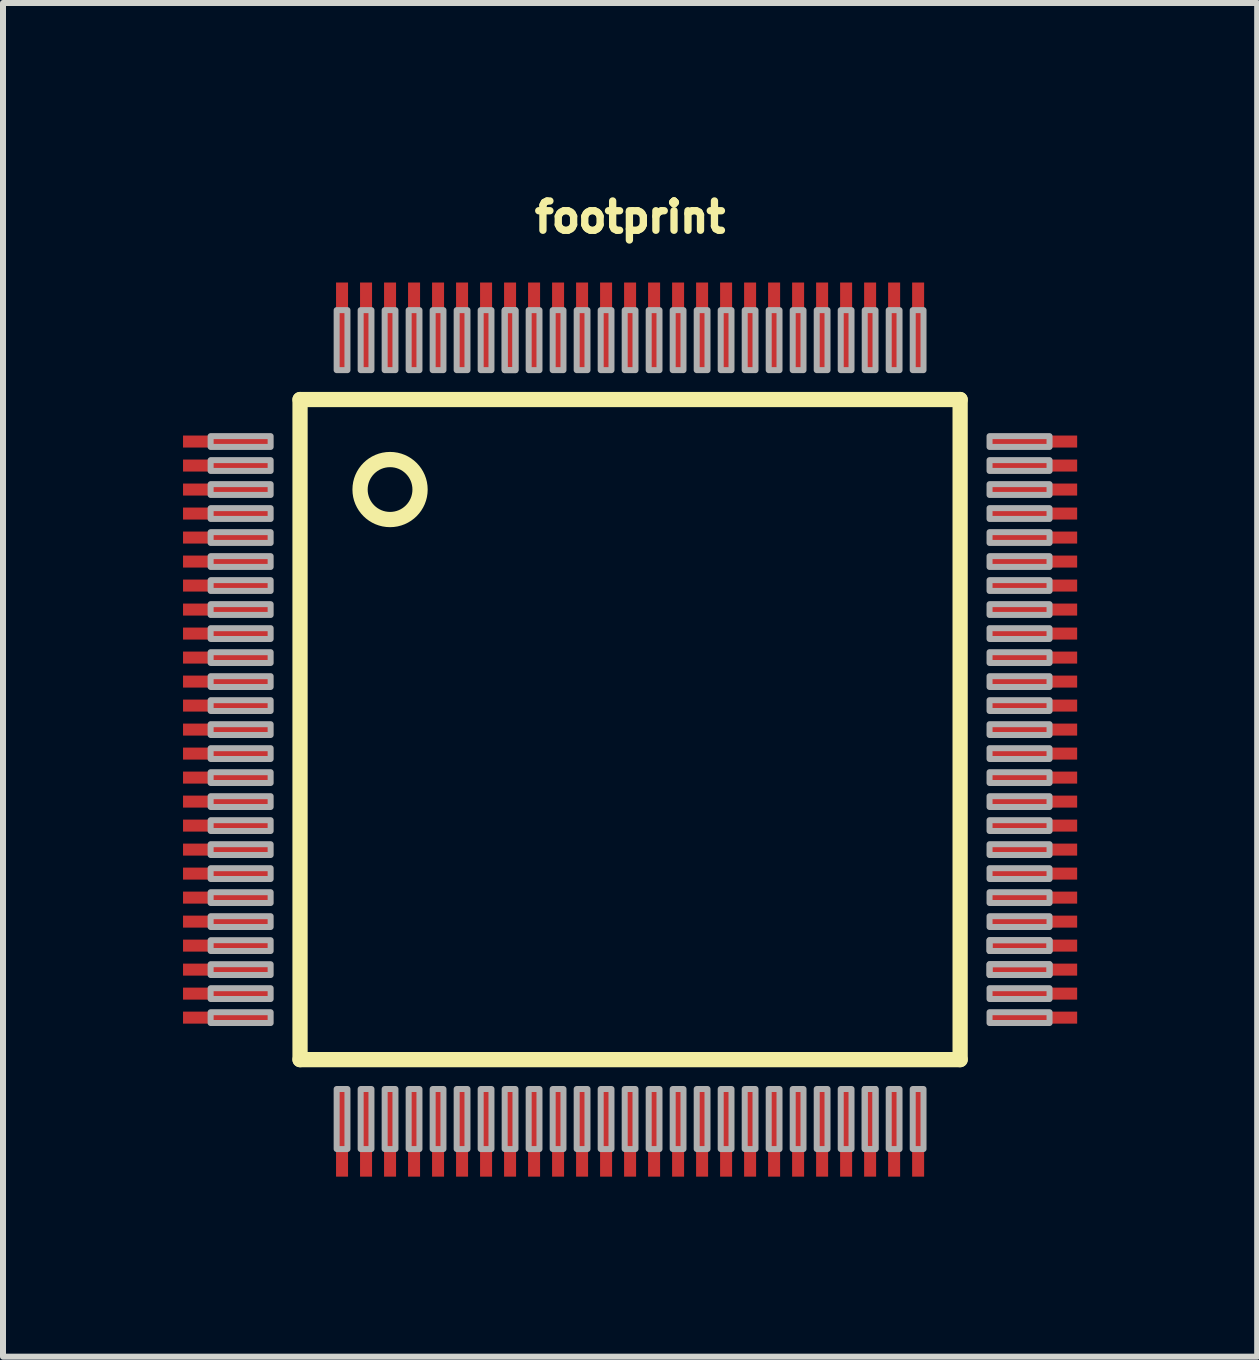
<source format=kicad_pcb>
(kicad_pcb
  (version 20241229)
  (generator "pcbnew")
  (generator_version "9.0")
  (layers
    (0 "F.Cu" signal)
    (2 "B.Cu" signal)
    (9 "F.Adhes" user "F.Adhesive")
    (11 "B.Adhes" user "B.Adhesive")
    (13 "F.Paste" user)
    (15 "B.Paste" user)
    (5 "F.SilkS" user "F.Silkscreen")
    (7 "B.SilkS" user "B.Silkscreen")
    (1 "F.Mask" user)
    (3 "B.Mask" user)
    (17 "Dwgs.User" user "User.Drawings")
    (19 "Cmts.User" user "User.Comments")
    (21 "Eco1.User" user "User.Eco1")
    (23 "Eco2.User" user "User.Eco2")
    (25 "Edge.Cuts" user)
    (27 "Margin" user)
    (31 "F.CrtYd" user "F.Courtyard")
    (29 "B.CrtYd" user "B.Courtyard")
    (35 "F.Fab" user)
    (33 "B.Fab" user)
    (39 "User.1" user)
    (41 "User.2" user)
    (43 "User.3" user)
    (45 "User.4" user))
  (footprint "footprint"
    (layer "F.Cu")
    (at 7.45 9.108)
    (property "Reference" "footprint" (at 0 -8.255 0) (layer "F.SilkS") (effects (font (size 0.488 0.488) (thickness 0.122)) (justify bottom)))
    (fp_line (start -5.5 -5.5) (end -5.5 5.5) (stroke (width 0.254) (type solid)) (layer "F.SilkS"))
    (fp_line (start -5.5 5.5) (end 5.5 5.5) (stroke (width 0.254) (type solid)) (layer "F.SilkS"))
    (fp_line (start 5.5 -5.5) (end -5.5 -5.5) (stroke (width 0.254) (type solid)) (layer "F.SilkS"))
    (fp_line (start 5.5 5.5) (end 5.5 -5.5) (stroke (width 0.254) (type solid)) (layer "F.SilkS"))
    (fp_circle (center -4 -4) (end -3.5 -4) (stroke (width 0.254) (type solid)) (fill no) (layer "F.SilkS"))
    (fp_poly (pts (xy -5.99 -4.71) (xy -5.99 -4.89) (xy -6.99 -4.89) (xy -6.99 -4.71)) (stroke (width 0.1) (type solid)) (fill no) (layer "F.Fab"))
    (fp_poly (pts (xy -5.99 -4.31) (xy -5.99 -4.49) (xy -6.99 -4.49) (xy -6.99 -4.31)) (stroke (width 0.1) (type solid)) (fill no) (layer "F.Fab"))
    (fp_poly (pts (xy -5.99 -3.91) (xy -5.99 -4.09) (xy -6.99 -4.09) (xy -6.99 -3.91)) (stroke (width 0.1) (type solid)) (fill no) (layer "F.Fab"))
    (fp_poly (pts (xy -5.99 -3.51) (xy -5.99 -3.69) (xy -6.99 -3.69) (xy -6.99 -3.51)) (stroke (width 0.1) (type solid)) (fill no) (layer "F.Fab"))
    (fp_poly (pts (xy -5.99 -3.11) (xy -5.99 -3.29) (xy -6.99 -3.29) (xy -6.99 -3.11)) (stroke (width 0.1) (type solid)) (fill no) (layer "F.Fab"))
    (fp_poly (pts (xy -5.99 -2.71) (xy -5.99 -2.89) (xy -6.99 -2.89) (xy -6.99 -2.71)) (stroke (width 0.1) (type solid)) (fill no) (layer "F.Fab"))
    (fp_poly (pts (xy -5.99 -2.31) (xy -5.99 -2.49) (xy -6.99 -2.49) (xy -6.99 -2.31)) (stroke (width 0.1) (type solid)) (fill no) (layer "F.Fab"))
    (fp_poly (pts (xy -5.99 -1.91) (xy -5.99 -2.09) (xy -6.99 -2.09) (xy -6.99 -1.91)) (stroke (width 0.1) (type solid)) (fill no) (layer "F.Fab"))
    (fp_poly (pts (xy -5.99 -1.51) (xy -5.99 -1.69) (xy -6.99 -1.69) (xy -6.99 -1.51)) (stroke (width 0.1) (type solid)) (fill no) (layer "F.Fab"))
    (fp_poly (pts (xy -5.99 -1.11) (xy -5.99 -1.29) (xy -6.99 -1.29) (xy -6.99 -1.11)) (stroke (width 0.1) (type solid)) (fill no) (layer "F.Fab"))
    (fp_poly (pts (xy -5.99 -0.71) (xy -5.99 -0.89) (xy -6.99 -0.89) (xy -6.99 -0.71)) (stroke (width 0.1) (type solid)) (fill no) (layer "F.Fab"))
    (fp_poly (pts (xy -5.99 -0.31) (xy -5.99 -0.49) (xy -6.99 -0.49) (xy -6.99 -0.31)) (stroke (width 0.1) (type solid)) (fill no) (layer "F.Fab"))
    (fp_poly (pts (xy -5.99 0.09) (xy -5.99 -0.09) (xy -6.99 -0.09) (xy -6.99 0.09)) (stroke (width 0.1) (type solid)) (fill no) (layer "F.Fab"))
    (fp_poly (pts (xy -5.99 0.49) (xy -5.99 0.31) (xy -6.99 0.31) (xy -6.99 0.49)) (stroke (width 0.1) (type solid)) (fill no) (layer "F.Fab"))
    (fp_poly (pts (xy -5.99 0.89) (xy -5.99 0.71) (xy -6.99 0.71) (xy -6.99 0.89)) (stroke (width 0.1) (type solid)) (fill no) (layer "F.Fab"))
    (fp_poly (pts (xy -5.99 1.29) (xy -5.99 1.11) (xy -6.99 1.11) (xy -6.99 1.29)) (stroke (width 0.1) (type solid)) (fill no) (layer "F.Fab"))
    (fp_poly (pts (xy -5.99 1.69) (xy -5.99 1.51) (xy -6.99 1.51) (xy -6.99 1.69)) (stroke (width 0.1) (type solid)) (fill no) (layer "F.Fab"))
    (fp_poly (pts (xy -5.99 2.09) (xy -5.99 1.91) (xy -6.99 1.91) (xy -6.99 2.09)) (stroke (width 0.1) (type solid)) (fill no) (layer "F.Fab"))
    (fp_poly (pts (xy -5.99 2.49) (xy -5.99 2.31) (xy -6.99 2.31) (xy -6.99 2.49)) (stroke (width 0.1) (type solid)) (fill no) (layer "F.Fab"))
    (fp_poly (pts (xy -5.99 2.89) (xy -5.99 2.71) (xy -6.99 2.71) (xy -6.99 2.89)) (stroke (width 0.1) (type solid)) (fill no) (layer "F.Fab"))
    (fp_poly (pts (xy -5.99 3.29) (xy -5.99 3.11) (xy -6.99 3.11) (xy -6.99 3.29)) (stroke (width 0.1) (type solid)) (fill no) (layer "F.Fab"))
    (fp_poly (pts (xy -5.99 3.69) (xy -5.99 3.51) (xy -6.99 3.51) (xy -6.99 3.69)) (stroke (width 0.1) (type solid)) (fill no) (layer "F.Fab"))
    (fp_poly (pts (xy -5.99 4.09) (xy -5.99 3.91) (xy -6.99 3.91) (xy -6.99 4.09)) (stroke (width 0.1) (type solid)) (fill no) (layer "F.Fab"))
    (fp_poly (pts (xy -5.99 4.49) (xy -5.99 4.31) (xy -6.99 4.31) (xy -6.99 4.49)) (stroke (width 0.1) (type solid)) (fill no) (layer "F.Fab"))
    (fp_poly (pts (xy -5.99 4.89) (xy -5.99 4.71) (xy -6.99 4.71) (xy -6.99 4.89)) (stroke (width 0.1) (type solid)) (fill no) (layer "F.Fab"))
    (fp_poly (pts (xy -4.89 -5.99) (xy -4.71 -5.99) (xy -4.71 -6.99) (xy -4.89 -6.99)) (stroke (width 0.1) (type solid)) (fill no) (layer "F.Fab"))
    (fp_poly (pts (xy -4.71 5.99) (xy -4.89 5.99) (xy -4.89 6.99) (xy -4.71 6.99)) (stroke (width 0.1) (type solid)) (fill no) (layer "F.Fab"))
    (fp_poly (pts (xy -4.49 -5.99) (xy -4.31 -5.99) (xy -4.31 -6.99) (xy -4.49 -6.99)) (stroke (width 0.1) (type solid)) (fill no) (layer "F.Fab"))
    (fp_poly (pts (xy -4.31 5.99) (xy -4.49 5.99) (xy -4.49 6.99) (xy -4.31 6.99)) (stroke (width 0.1) (type solid)) (fill no) (layer "F.Fab"))
    (fp_poly (pts (xy -4.09 -5.99) (xy -3.91 -5.99) (xy -3.91 -6.99) (xy -4.09 -6.99)) (stroke (width 0.1) (type solid)) (fill no) (layer "F.Fab"))
    (fp_poly (pts (xy -3.91 5.99) (xy -4.09 5.99) (xy -4.09 6.99) (xy -3.91 6.99)) (stroke (width 0.1) (type solid)) (fill no) (layer "F.Fab"))
    (fp_poly (pts (xy -3.69 -5.99) (xy -3.51 -5.99) (xy -3.51 -6.99) (xy -3.69 -6.99)) (stroke (width 0.1) (type solid)) (fill no) (layer "F.Fab"))
    (fp_poly (pts (xy -3.51 5.99) (xy -3.69 5.99) (xy -3.69 6.99) (xy -3.51 6.99)) (stroke (width 0.1) (type solid)) (fill no) (layer "F.Fab"))
    (fp_poly (pts (xy -3.29 -5.99) (xy -3.11 -5.99) (xy -3.11 -6.99) (xy -3.29 -6.99)) (stroke (width 0.1) (type solid)) (fill no) (layer "F.Fab"))
    (fp_poly (pts (xy -3.11 5.99) (xy -3.29 5.99) (xy -3.29 6.99) (xy -3.11 6.99)) (stroke (width 0.1) (type solid)) (fill no) (layer "F.Fab"))
    (fp_poly (pts (xy -2.89 -5.99) (xy -2.71 -5.99) (xy -2.71 -6.99) (xy -2.89 -6.99)) (stroke (width 0.1) (type solid)) (fill no) (layer "F.Fab"))
    (fp_poly (pts (xy -2.71 5.99) (xy -2.89 5.99) (xy -2.89 6.99) (xy -2.71 6.99)) (stroke (width 0.1) (type solid)) (fill no) (layer "F.Fab"))
    (fp_poly (pts (xy -2.49 -5.99) (xy -2.31 -5.99) (xy -2.31 -6.99) (xy -2.49 -6.99)) (stroke (width 0.1) (type solid)) (fill no) (layer "F.Fab"))
    (fp_poly (pts (xy -2.31 5.99) (xy -2.49 5.99) (xy -2.49 6.99) (xy -2.31 6.99)) (stroke (width 0.1) (type solid)) (fill no) (layer "F.Fab"))
    (fp_poly (pts (xy -2.09 -5.99) (xy -1.91 -5.99) (xy -1.91 -6.99) (xy -2.09 -6.99)) (stroke (width 0.1) (type solid)) (fill no) (layer "F.Fab"))
    (fp_poly (pts (xy -2.09 -5.99) (xy -1.91 -5.99) (xy -1.91 -6.99) (xy -2.09 -6.99)) (stroke (width 0.1) (type solid)) (fill no) (layer "F.Fab"))
    (fp_poly (pts (xy -1.91 5.99) (xy -2.09 5.99) (xy -2.09 6.99) (xy -1.91 6.99)) (stroke (width 0.1) (type solid)) (fill no) (layer "F.Fab"))
    (fp_poly (pts (xy -1.69 -5.99) (xy -1.51 -5.99) (xy -1.51 -6.99) (xy -1.69 -6.99)) (stroke (width 0.1) (type solid)) (fill no) (layer "F.Fab"))
    (fp_poly (pts (xy -1.51 5.99) (xy -1.69 5.99) (xy -1.69 6.99) (xy -1.51 6.99)) (stroke (width 0.1) (type solid)) (fill no) (layer "F.Fab"))
    (fp_poly (pts (xy -1.29 -5.99) (xy -1.11 -5.99) (xy -1.11 -6.99) (xy -1.29 -6.99)) (stroke (width 0.1) (type solid)) (fill no) (layer "F.Fab"))
    (fp_poly (pts (xy -1.11 5.99) (xy -1.29 5.99) (xy -1.29 6.99) (xy -1.11 6.99)) (stroke (width 0.1) (type solid)) (fill no) (layer "F.Fab"))
    (fp_poly (pts (xy -0.89 -5.99) (xy -0.71 -5.99) (xy -0.71 -6.99) (xy -0.89 -6.99)) (stroke (width 0.1) (type solid)) (fill no) (layer "F.Fab"))
    (fp_poly (pts (xy -0.71 5.99) (xy -0.89 5.99) (xy -0.89 6.99) (xy -0.71 6.99)) (stroke (width 0.1) (type solid)) (fill no) (layer "F.Fab"))
    (fp_poly (pts (xy -0.49 -5.99) (xy -0.31 -5.99) (xy -0.31 -6.99) (xy -0.49 -6.99)) (stroke (width 0.1) (type solid)) (fill no) (layer "F.Fab"))
    (fp_poly (pts (xy -0.31 5.99) (xy -0.49 5.99) (xy -0.49 6.99) (xy -0.31 6.99)) (stroke (width 0.1) (type solid)) (fill no) (layer "F.Fab"))
    (fp_poly (pts (xy -0.09 -5.99) (xy 0.09 -5.99) (xy 0.09 -6.99) (xy -0.09 -6.99)) (stroke (width 0.1) (type solid)) (fill no) (layer "F.Fab"))
    (fp_poly (pts (xy 0.09 5.99) (xy -0.09 5.99) (xy -0.09 6.99) (xy 0.09 6.99)) (stroke (width 0.1) (type solid)) (fill no) (layer "F.Fab"))
    (fp_poly (pts (xy 0.31 -5.99) (xy 0.49 -5.99) (xy 0.49 -6.99) (xy 0.31 -6.99)) (stroke (width 0.1) (type solid)) (fill no) (layer "F.Fab"))
    (fp_poly (pts (xy 0.49 5.99) (xy 0.31 5.99) (xy 0.31 6.99) (xy 0.49 6.99)) (stroke (width 0.1) (type solid)) (fill no) (layer "F.Fab"))
    (fp_poly (pts (xy 0.71 -5.99) (xy 0.89 -5.99) (xy 0.89 -6.99) (xy 0.71 -6.99)) (stroke (width 0.1) (type solid)) (fill no) (layer "F.Fab"))
    (fp_poly (pts (xy 0.89 5.99) (xy 0.71 5.99) (xy 0.71 6.99) (xy 0.89 6.99)) (stroke (width 0.1) (type solid)) (fill no) (layer "F.Fab"))
    (fp_poly (pts (xy 1.11 -5.99) (xy 1.29 -5.99) (xy 1.29 -6.99) (xy 1.11 -6.99)) (stroke (width 0.1) (type solid)) (fill no) (layer "F.Fab"))
    (fp_poly (pts (xy 1.29 5.99) (xy 1.11 5.99) (xy 1.11 6.99) (xy 1.29 6.99)) (stroke (width 0.1) (type solid)) (fill no) (layer "F.Fab"))
    (fp_poly (pts (xy 1.51 -5.99) (xy 1.69 -5.99) (xy 1.69 -6.99) (xy 1.51 -6.99)) (stroke (width 0.1) (type solid)) (fill no) (layer "F.Fab"))
    (fp_poly (pts (xy 1.69 5.99) (xy 1.51 5.99) (xy 1.51 6.99) (xy 1.69 6.99)) (stroke (width 0.1) (type solid)) (fill no) (layer "F.Fab"))
    (fp_poly (pts (xy 1.91 -5.99) (xy 2.09 -5.99) (xy 2.09 -6.99) (xy 1.91 -6.99)) (stroke (width 0.1) (type solid)) (fill no) (layer "F.Fab"))
    (fp_poly (pts (xy 2.09 5.99) (xy 1.91 5.99) (xy 1.91 6.99) (xy 2.09 6.99)) (stroke (width 0.1) (type solid)) (fill no) (layer "F.Fab"))
    (fp_poly (pts (xy 2.31 -5.99) (xy 2.49 -5.99) (xy 2.49 -6.99) (xy 2.31 -6.99)) (stroke (width 0.1) (type solid)) (fill no) (layer "F.Fab"))
    (fp_poly (pts (xy 2.49 5.99) (xy 2.31 5.99) (xy 2.31 6.99) (xy 2.49 6.99)) (stroke (width 0.1) (type solid)) (fill no) (layer "F.Fab"))
    (fp_poly (pts (xy 2.71 -5.99) (xy 2.89 -5.99) (xy 2.89 -6.99) (xy 2.71 -6.99)) (stroke (width 0.1) (type solid)) (fill no) (layer "F.Fab"))
    (fp_poly (pts (xy 2.89 5.99) (xy 2.71 5.99) (xy 2.71 6.99) (xy 2.89 6.99)) (stroke (width 0.1) (type solid)) (fill no) (layer "F.Fab"))
    (fp_poly (pts (xy 3.11 -5.99) (xy 3.29 -5.99) (xy 3.29 -6.99) (xy 3.11 -6.99)) (stroke (width 0.1) (type solid)) (fill no) (layer "F.Fab"))
    (fp_poly (pts (xy 3.29 5.99) (xy 3.11 5.99) (xy 3.11 6.99) (xy 3.29 6.99)) (stroke (width 0.1) (type solid)) (fill no) (layer "F.Fab"))
    (fp_poly (pts (xy 3.51 -5.99) (xy 3.69 -5.99) (xy 3.69 -6.99) (xy 3.51 -6.99)) (stroke (width 0.1) (type solid)) (fill no) (layer "F.Fab"))
    (fp_poly (pts (xy 3.69 5.99) (xy 3.51 5.99) (xy 3.51 6.99) (xy 3.69 6.99)) (stroke (width 0.1) (type solid)) (fill no) (layer "F.Fab"))
    (fp_poly (pts (xy 3.91 -5.99) (xy 4.09 -5.99) (xy 4.09 -6.99) (xy 3.91 -6.99)) (stroke (width 0.1) (type solid)) (fill no) (layer "F.Fab"))
    (fp_poly (pts (xy 4.09 5.99) (xy 3.91 5.99) (xy 3.91 6.99) (xy 4.09 6.99)) (stroke (width 0.1) (type solid)) (fill no) (layer "F.Fab"))
    (fp_poly (pts (xy 4.09 5.99) (xy 3.91 5.99) (xy 3.91 6.99) (xy 4.09 6.99)) (stroke (width 0.1) (type solid)) (fill no) (layer "F.Fab"))
    (fp_poly (pts (xy 4.31 -5.99) (xy 4.49 -5.99) (xy 4.49 -6.99) (xy 4.31 -6.99)) (stroke (width 0.1) (type solid)) (fill no) (layer "F.Fab"))
    (fp_poly (pts (xy 4.49 5.99) (xy 4.31 5.99) (xy 4.31 6.99) (xy 4.49 6.99)) (stroke (width 0.1) (type solid)) (fill no) (layer "F.Fab"))
    (fp_poly (pts (xy 4.71 -5.99) (xy 4.89 -5.99) (xy 4.89 -6.99) (xy 4.71 -6.99)) (stroke (width 0.1) (type solid)) (fill no) (layer "F.Fab"))
    (fp_poly (pts (xy 4.89 5.99) (xy 4.71 5.99) (xy 4.71 6.99) (xy 4.89 6.99)) (stroke (width 0.1) (type solid)) (fill no) (layer "F.Fab"))
    (fp_poly (pts (xy 5.99 -4.89) (xy 5.99 -4.71) (xy 6.99 -4.71) (xy 6.99 -4.89)) (stroke (width 0.1) (type solid)) (fill no) (layer "F.Fab"))
    (fp_poly (pts (xy 5.99 -4.49) (xy 5.99 -4.31) (xy 6.99 -4.31) (xy 6.99 -4.49)) (stroke (width 0.1) (type solid)) (fill no) (layer "F.Fab"))
    (fp_poly (pts (xy 5.99 -4.09) (xy 5.99 -3.91) (xy 6.99 -3.91) (xy 6.99 -4.09)) (stroke (width 0.1) (type solid)) (fill no) (layer "F.Fab"))
    (fp_poly (pts (xy 5.99 -3.69) (xy 5.99 -3.51) (xy 6.99 -3.51) (xy 6.99 -3.69)) (stroke (width 0.1) (type solid)) (fill no) (layer "F.Fab"))
    (fp_poly (pts (xy 5.99 -3.29) (xy 5.99 -3.11) (xy 6.99 -3.11) (xy 6.99 -3.29)) (stroke (width 0.1) (type solid)) (fill no) (layer "F.Fab"))
    (fp_poly (pts (xy 5.99 -2.89) (xy 5.99 -2.71) (xy 6.99 -2.71) (xy 6.99 -2.89)) (stroke (width 0.1) (type solid)) (fill no) (layer "F.Fab"))
    (fp_poly (pts (xy 5.99 -2.49) (xy 5.99 -2.31) (xy 6.99 -2.31) (xy 6.99 -2.49)) (stroke (width 0.1) (type solid)) (fill no) (layer "F.Fab"))
    (fp_poly (pts (xy 5.99 -2.09) (xy 5.99 -1.91) (xy 6.99 -1.91) (xy 6.99 -2.09)) (stroke (width 0.1) (type solid)) (fill no) (layer "F.Fab"))
    (fp_poly (pts (xy 5.99 -1.69) (xy 5.99 -1.51) (xy 6.99 -1.51) (xy 6.99 -1.69)) (stroke (width 0.1) (type solid)) (fill no) (layer "F.Fab"))
    (fp_poly (pts (xy 5.99 -1.29) (xy 5.99 -1.11) (xy 6.99 -1.11) (xy 6.99 -1.29)) (stroke (width 0.1) (type solid)) (fill no) (layer "F.Fab"))
    (fp_poly (pts (xy 5.99 -0.89) (xy 5.99 -0.71) (xy 6.99 -0.71) (xy 6.99 -0.89)) (stroke (width 0.1) (type solid)) (fill no) (layer "F.Fab"))
    (fp_poly (pts (xy 5.99 -0.49) (xy 5.99 -0.31) (xy 6.99 -0.31) (xy 6.99 -0.49)) (stroke (width 0.1) (type solid)) (fill no) (layer "F.Fab"))
    (fp_poly (pts (xy 5.99 -0.09) (xy 5.99 0.09) (xy 6.99 0.09) (xy 6.99 -0.09)) (stroke (width 0.1) (type solid)) (fill no) (layer "F.Fab"))
    (fp_poly (pts (xy 5.99 0.31) (xy 5.99 0.49) (xy 6.99 0.49) (xy 6.99 0.31)) (stroke (width 0.1) (type solid)) (fill no) (layer "F.Fab"))
    (fp_poly (pts (xy 5.99 0.71) (xy 5.99 0.89) (xy 6.99 0.89) (xy 6.99 0.71)) (stroke (width 0.1) (type solid)) (fill no) (layer "F.Fab"))
    (fp_poly (pts (xy 5.99 1.11) (xy 5.99 1.29) (xy 6.99 1.29) (xy 6.99 1.11)) (stroke (width 0.1) (type solid)) (fill no) (layer "F.Fab"))
    (fp_poly (pts (xy 5.99 1.51) (xy 5.99 1.69) (xy 6.99 1.69) (xy 6.99 1.51)) (stroke (width 0.1) (type solid)) (fill no) (layer "F.Fab"))
    (fp_poly (pts (xy 5.99 1.91) (xy 5.99 2.09) (xy 6.99 2.09) (xy 6.99 1.91)) (stroke (width 0.1) (type solid)) (fill no) (layer "F.Fab"))
    (fp_poly (pts (xy 5.99 2.31) (xy 5.99 2.49) (xy 6.99 2.49) (xy 6.99 2.31)) (stroke (width 0.1) (type solid)) (fill no) (layer "F.Fab"))
    (fp_poly (pts (xy 5.99 2.71) (xy 5.99 2.89) (xy 6.99 2.89) (xy 6.99 2.71)) (stroke (width 0.1) (type solid)) (fill no) (layer "F.Fab"))
    (fp_poly (pts (xy 5.99 3.11) (xy 5.99 3.29) (xy 6.99 3.29) (xy 6.99 3.11)) (stroke (width 0.1) (type solid)) (fill no) (layer "F.Fab"))
    (fp_poly (pts (xy 5.99 3.51) (xy 5.99 3.69) (xy 6.99 3.69) (xy 6.99 3.51)) (stroke (width 0.1) (type solid)) (fill no) (layer "F.Fab"))
    (fp_poly (pts (xy 5.99 3.51) (xy 5.99 3.69) (xy 6.99 3.69) (xy 6.99 3.51)) (stroke (width 0.1) (type solid)) (fill no) (layer "F.Fab"))
    (fp_poly (pts (xy 5.99 3.91) (xy 5.99 4.09) (xy 6.99 4.09) (xy 6.99 3.91)) (stroke (width 0.1) (type solid)) (fill no) (layer "F.Fab"))
    (fp_poly (pts (xy 5.99 3.91) (xy 5.99 4.09) (xy 6.99 4.09) (xy 6.99 3.91)) (stroke (width 0.1) (type solid)) (fill no) (layer "F.Fab"))
    (fp_poly (pts (xy 5.99 4.31) (xy 5.99 4.49) (xy 6.99 4.49) (xy 6.99 4.31)) (stroke (width 0.1) (type solid)) (fill no) (layer "F.Fab"))
    (fp_poly (pts (xy 5.99 4.71) (xy 5.99 4.89) (xy 6.99 4.89) (xy 6.99 4.71)) (stroke (width 0.1) (type solid)) (fill no) (layer "F.Fab"))
    (pad "1" smd rect (at -6.7 -4.8 180) (size 1.5 0.2) (layers "F.Cu" "F.Mask" "F.Paste"))
    (pad "2" smd rect (at -6.7 -4.4 180) (size 1.5 0.2) (layers "F.Cu" "F.Mask" "F.Paste"))
    (pad "3" smd rect (at -6.7 -4 180) (size 1.5 0.2) (layers "F.Cu" "F.Mask" "F.Paste"))
    (pad "4" smd rect (at -6.7 -3.6 180) (size 1.5 0.2) (layers "F.Cu" "F.Mask" "F.Paste"))
    (pad "5" smd rect (at -6.7 -3.2 180) (size 1.5 0.2) (layers "F.Cu" "F.Mask" "F.Paste"))
    (pad "6" smd rect (at -6.7 -2.8 180) (size 1.5 0.2) (layers "F.Cu" "F.Mask" "F.Paste"))
    (pad "7" smd rect (at -6.7 -2.4 180) (size 1.5 0.2) (layers "F.Cu" "F.Mask" "F.Paste"))
    (pad "8" smd rect (at -6.7 -2 180) (size 1.5 0.2) (layers "F.Cu" "F.Mask" "F.Paste"))
    (pad "9" smd rect (at -6.7 -1.6 180) (size 1.5 0.2) (layers "F.Cu" "F.Mask" "F.Paste"))
    (pad "10" smd rect (at -6.7 -1.2 180) (size 1.5 0.2) (layers "F.Cu" "F.Mask" "F.Paste"))
    (pad "11" smd rect (at -6.7 -0.8 180) (size 1.5 0.2) (layers "F.Cu" "F.Mask" "F.Paste"))
    (pad "12" smd rect (at -6.7 -0.4 180) (size 1.5 0.2) (layers "F.Cu" "F.Mask" "F.Paste"))
    (pad "13" smd rect (at -6.7 0 180) (size 1.5 0.2) (layers "F.Cu" "F.Mask" "F.Paste"))
    (pad "14" smd rect (at -6.7 0.4 180) (size 1.5 0.2) (layers "F.Cu" "F.Mask" "F.Paste"))
    (pad "15" smd rect (at -6.7 0.8 180) (size 1.5 0.2) (layers "F.Cu" "F.Mask" "F.Paste"))
    (pad "16" smd rect (at -6.7 1.2 180) (size 1.5 0.2) (layers "F.Cu" "F.Mask" "F.Paste"))
    (pad "17" smd rect (at -6.7 1.6 180) (size 1.5 0.2) (layers "F.Cu" "F.Mask" "F.Paste"))
    (pad "18" smd rect (at -6.7 2 180) (size 1.5 0.2) (layers "F.Cu" "F.Mask" "F.Paste"))
    (pad "19" smd rect (at -6.7 2.4 180) (size 1.5 0.2) (layers "F.Cu" "F.Mask" "F.Paste"))
    (pad "20" smd rect (at -6.7 2.8 180) (size 1.5 0.2) (layers "F.Cu" "F.Mask" "F.Paste"))
    (pad "21" smd rect (at -6.7 3.2 180) (size 1.5 0.2) (layers "F.Cu" "F.Mask" "F.Paste"))
    (pad "22" smd rect (at -6.7 3.6 180) (size 1.5 0.2) (layers "F.Cu" "F.Mask" "F.Paste"))
    (pad "23" smd rect (at -6.7 4 180) (size 1.5 0.2) (layers "F.Cu" "F.Mask" "F.Paste"))
    (pad "24" smd rect (at -6.7 4.4 180) (size 1.5 0.2) (layers "F.Cu" "F.Mask" "F.Paste"))
    (pad "25" smd rect (at -6.7 4.8 180) (size 1.5 0.2) (layers "F.Cu" "F.Mask" "F.Paste"))
    (pad "26" smd rect (at -4.8 6.7 270) (size 1.5 0.2) (layers "F.Cu" "F.Mask" "F.Paste"))
    (pad "27" smd rect (at -4.4 6.7 270) (size 1.5 0.2) (layers "F.Cu" "F.Mask" "F.Paste"))
    (pad "28" smd rect (at -4 6.7 270) (size 1.5 0.2) (layers "F.Cu" "F.Mask" "F.Paste"))
    (pad "29" smd rect (at -3.6 6.7 270) (size 1.5 0.2) (layers "F.Cu" "F.Mask" "F.Paste"))
    (pad "30" smd rect (at -3.2 6.7 270) (size 1.5 0.2) (layers "F.Cu" "F.Mask" "F.Paste"))
    (pad "31" smd rect (at -2.8 6.7 270) (size 1.5 0.2) (layers "F.Cu" "F.Mask" "F.Paste"))
    (pad "32" smd rect (at -2.4 6.7 270) (size 1.5 0.2) (layers "F.Cu" "F.Mask" "F.Paste"))
    (pad "33" smd rect (at -2 6.7 270) (size 1.5 0.2) (layers "F.Cu" "F.Mask" "F.Paste"))
    (pad "34" smd rect (at -1.6 6.7 270) (size 1.5 0.2) (layers "F.Cu" "F.Mask" "F.Paste"))
    (pad "35" smd rect (at -1.2 6.7 270) (size 1.5 0.2) (layers "F.Cu" "F.Mask" "F.Paste"))
    (pad "36" smd rect (at -0.8 6.7 270) (size 1.5 0.2) (layers "F.Cu" "F.Mask" "F.Paste"))
    (pad "37" smd rect (at -0.4 6.7 270) (size 1.5 0.2) (layers "F.Cu" "F.Mask" "F.Paste"))
    (pad "38" smd rect (at 0 6.7 270) (size 1.5 0.2) (layers "F.Cu" "F.Mask" "F.Paste"))
    (pad "39" smd rect (at 0.4 6.7 270) (size 1.5 0.2) (layers "F.Cu" "F.Mask" "F.Paste"))
    (pad "40" smd rect (at 0.8 6.7 270) (size 1.5 0.2) (layers "F.Cu" "F.Mask" "F.Paste"))
    (pad "41" smd rect (at 1.2 6.7 270) (size 1.5 0.2) (layers "F.Cu" "F.Mask" "F.Paste"))
    (pad "42" smd rect (at 1.6 6.7 270) (size 1.5 0.2) (layers "F.Cu" "F.Mask" "F.Paste"))
    (pad "43" smd rect (at 2 6.7 270) (size 1.5 0.2) (layers "F.Cu" "F.Mask" "F.Paste"))
    (pad "44" smd rect (at 2.4 6.7 270) (size 1.5 0.2) (layers "F.Cu" "F.Mask" "F.Paste"))
    (pad "45" smd rect (at 2.8 6.7 270) (size 1.5 0.2) (layers "F.Cu" "F.Mask" "F.Paste"))
    (pad "46" smd rect (at 3.2 6.7 270) (size 1.5 0.2) (layers "F.Cu" "F.Mask" "F.Paste"))
    (pad "47" smd rect (at 3.6 6.7 270) (size 1.5 0.2) (layers "F.Cu" "F.Mask" "F.Paste"))
    (pad "48" smd rect (at 4 6.7 270) (size 1.5 0.2) (layers "F.Cu" "F.Mask" "F.Paste"))
    (pad "49" smd rect (at 4.4 6.7 270) (size 1.5 0.2) (layers "F.Cu" "F.Mask" "F.Paste"))
    (pad "50" smd rect (at 4.8 6.7 270) (size 1.5 0.2) (layers "F.Cu" "F.Mask" "F.Paste"))
    (pad "51" smd rect (at 6.7 4.8) (size 1.5 0.2) (layers "F.Cu" "F.Mask" "F.Paste"))
    (pad "52" smd rect (at 6.7 4.4) (size 1.5 0.2) (layers "F.Cu" "F.Mask" "F.Paste"))
    (pad "53" smd rect (at 6.7 4) (size 1.5 0.2) (layers "F.Cu" "F.Mask" "F.Paste"))
    (pad "54" smd rect (at 6.7 3.6) (size 1.5 0.2) (layers "F.Cu" "F.Mask" "F.Paste"))
    (pad "55" smd rect (at 6.7 3.2) (size 1.5 0.2) (layers "F.Cu" "F.Mask" "F.Paste"))
    (pad "56" smd rect (at 6.7 2.8) (size 1.5 0.2) (layers "F.Cu" "F.Mask" "F.Paste"))
    (pad "57" smd rect (at 6.7 2.4) (size 1.5 0.2) (layers "F.Cu" "F.Mask" "F.Paste"))
    (pad "58" smd rect (at 6.7 2) (size 1.5 0.2) (layers "F.Cu" "F.Mask" "F.Paste"))
    (pad "59" smd rect (at 6.7 1.6) (size 1.5 0.2) (layers "F.Cu" "F.Mask" "F.Paste"))
    (pad "60" smd rect (at 6.7 1.2) (size 1.5 0.2) (layers "F.Cu" "F.Mask" "F.Paste"))
    (pad "61" smd rect (at 6.7 0.8) (size 1.5 0.2) (layers "F.Cu" "F.Mask" "F.Paste"))
    (pad "62" smd rect (at 6.7 0.4) (size 1.5 0.2) (layers "F.Cu" "F.Mask" "F.Paste"))
    (pad "63" smd rect (at 6.7 0) (size 1.5 0.2) (layers "F.Cu" "F.Mask" "F.Paste"))
    (pad "64" smd rect (at 6.7 -0.4) (size 1.5 0.2) (layers "F.Cu" "F.Mask" "F.Paste"))
    (pad "65" smd rect (at 6.7 -0.8) (size 1.5 0.2) (layers "F.Cu" "F.Mask" "F.Paste"))
    (pad "66" smd rect (at 6.7 -1.2) (size 1.5 0.2) (layers "F.Cu" "F.Mask" "F.Paste"))
    (pad "67" smd rect (at 6.7 -1.6) (size 1.5 0.2) (layers "F.Cu" "F.Mask" "F.Paste"))
    (pad "68" smd rect (at 6.7 -2) (size 1.5 0.2) (layers "F.Cu" "F.Mask" "F.Paste"))
    (pad "69" smd rect (at 6.7 -2.4) (size 1.5 0.2) (layers "F.Cu" "F.Mask" "F.Paste"))
    (pad "70" smd rect (at 6.7 -2.8) (size 1.5 0.2) (layers "F.Cu" "F.Mask" "F.Paste"))
    (pad "71" smd rect (at 6.7 -3.2) (size 1.5 0.2) (layers "F.Cu" "F.Mask" "F.Paste"))
    (pad "72" smd rect (at 6.7 -3.6) (size 1.5 0.2) (layers "F.Cu" "F.Mask" "F.Paste"))
    (pad "73" smd rect (at 6.7 -4) (size 1.5 0.2) (layers "F.Cu" "F.Mask" "F.Paste"))
    (pad "74" smd rect (at 6.7 -4.4) (size 1.5 0.2) (layers "F.Cu" "F.Mask" "F.Paste"))
    (pad "75" smd rect (at 6.7 -4.8) (size 1.5 0.2) (layers "F.Cu" "F.Mask" "F.Paste"))
    (pad "76" smd rect (at 4.8 -6.7 90) (size 1.5 0.2) (layers "F.Cu" "F.Mask" "F.Paste"))
    (pad "77" smd rect (at 4.4 -6.7 90) (size 1.5 0.2) (layers "F.Cu" "F.Mask" "F.Paste"))
    (pad "78" smd rect (at 4 -6.7 90) (size 1.5 0.2) (layers "F.Cu" "F.Mask" "F.Paste"))
    (pad "79" smd rect (at 3.6 -6.7 90) (size 1.5 0.2) (layers "F.Cu" "F.Mask" "F.Paste"))
    (pad "80" smd rect (at 3.2 -6.7 90) (size 1.5 0.2) (layers "F.Cu" "F.Mask" "F.Paste"))
    (pad "81" smd rect (at 2.8 -6.7 90) (size 1.5 0.2) (layers "F.Cu" "F.Mask" "F.Paste"))
    (pad "82" smd rect (at 2.4 -6.7 90) (size 1.5 0.2) (layers "F.Cu" "F.Mask" "F.Paste"))
    (pad "83" smd rect (at 2 -6.7 90) (size 1.5 0.2) (layers "F.Cu" "F.Mask" "F.Paste"))
    (pad "84" smd rect (at 1.6 -6.7 90) (size 1.5 0.2) (layers "F.Cu" "F.Mask" "F.Paste"))
    (pad "85" smd rect (at 1.2 -6.7 90) (size 1.5 0.2) (layers "F.Cu" "F.Mask" "F.Paste"))
    (pad "86" smd rect (at 0.8 -6.7 90) (size 1.5 0.2) (layers "F.Cu" "F.Mask" "F.Paste"))
    (pad "87" smd rect (at 0.4 -6.7 90) (size 1.5 0.2) (layers "F.Cu" "F.Mask" "F.Paste"))
    (pad "88" smd rect (at 0 -6.7 90) (size 1.5 0.2) (layers "F.Cu" "F.Mask" "F.Paste"))
    (pad "89" smd rect (at -0.4 -6.7 90) (size 1.5 0.2) (layers "F.Cu" "F.Mask" "F.Paste"))
    (pad "90" smd rect (at -0.8 -6.7 90) (size 1.5 0.2) (layers "F.Cu" "F.Mask" "F.Paste"))
    (pad "91" smd rect (at -1.2 -6.7 90) (size 1.5 0.2) (layers "F.Cu" "F.Mask" "F.Paste"))
    (pad "92" smd rect (at -1.6 -6.7 90) (size 1.5 0.2) (layers "F.Cu" "F.Mask" "F.Paste"))
    (pad "93" smd rect (at -2 -6.7 90) (size 1.5 0.2) (layers "F.Cu" "F.Mask" "F.Paste"))
    (pad "94" smd rect (at -2.4 -6.7 90) (size 1.5 0.2) (layers "F.Cu" "F.Mask" "F.Paste"))
    (pad "95" smd rect (at -2.8 -6.7 90) (size 1.5 0.2) (layers "F.Cu" "F.Mask" "F.Paste"))
    (pad "96" smd rect (at -3.2 -6.7 90) (size 1.5 0.2) (layers "F.Cu" "F.Mask" "F.Paste"))
    (pad "97" smd rect (at -3.6 -6.7 90) (size 1.5 0.2) (layers "F.Cu" "F.Mask" "F.Paste"))
    (pad "98" smd rect (at -4 -6.7 90) (size 1.5 0.2) (layers "F.Cu" "F.Mask" "F.Paste"))
    (pad "99" smd rect (at -4.4 -6.7 90) (size 1.5 0.2) (layers "F.Cu" "F.Mask" "F.Paste"))
    (pad "100" smd rect (at -4.8 -6.7 90) (size 1.5 0.2) (layers "F.Cu" "F.Mask" "F.Paste")))
  (gr_rect
    (start -3 -3)
    (end 17.9 19.558)
    (stroke (width 0.1) (type default))
    (fill no)
    (layer "Edge.Cuts")))
</source>
